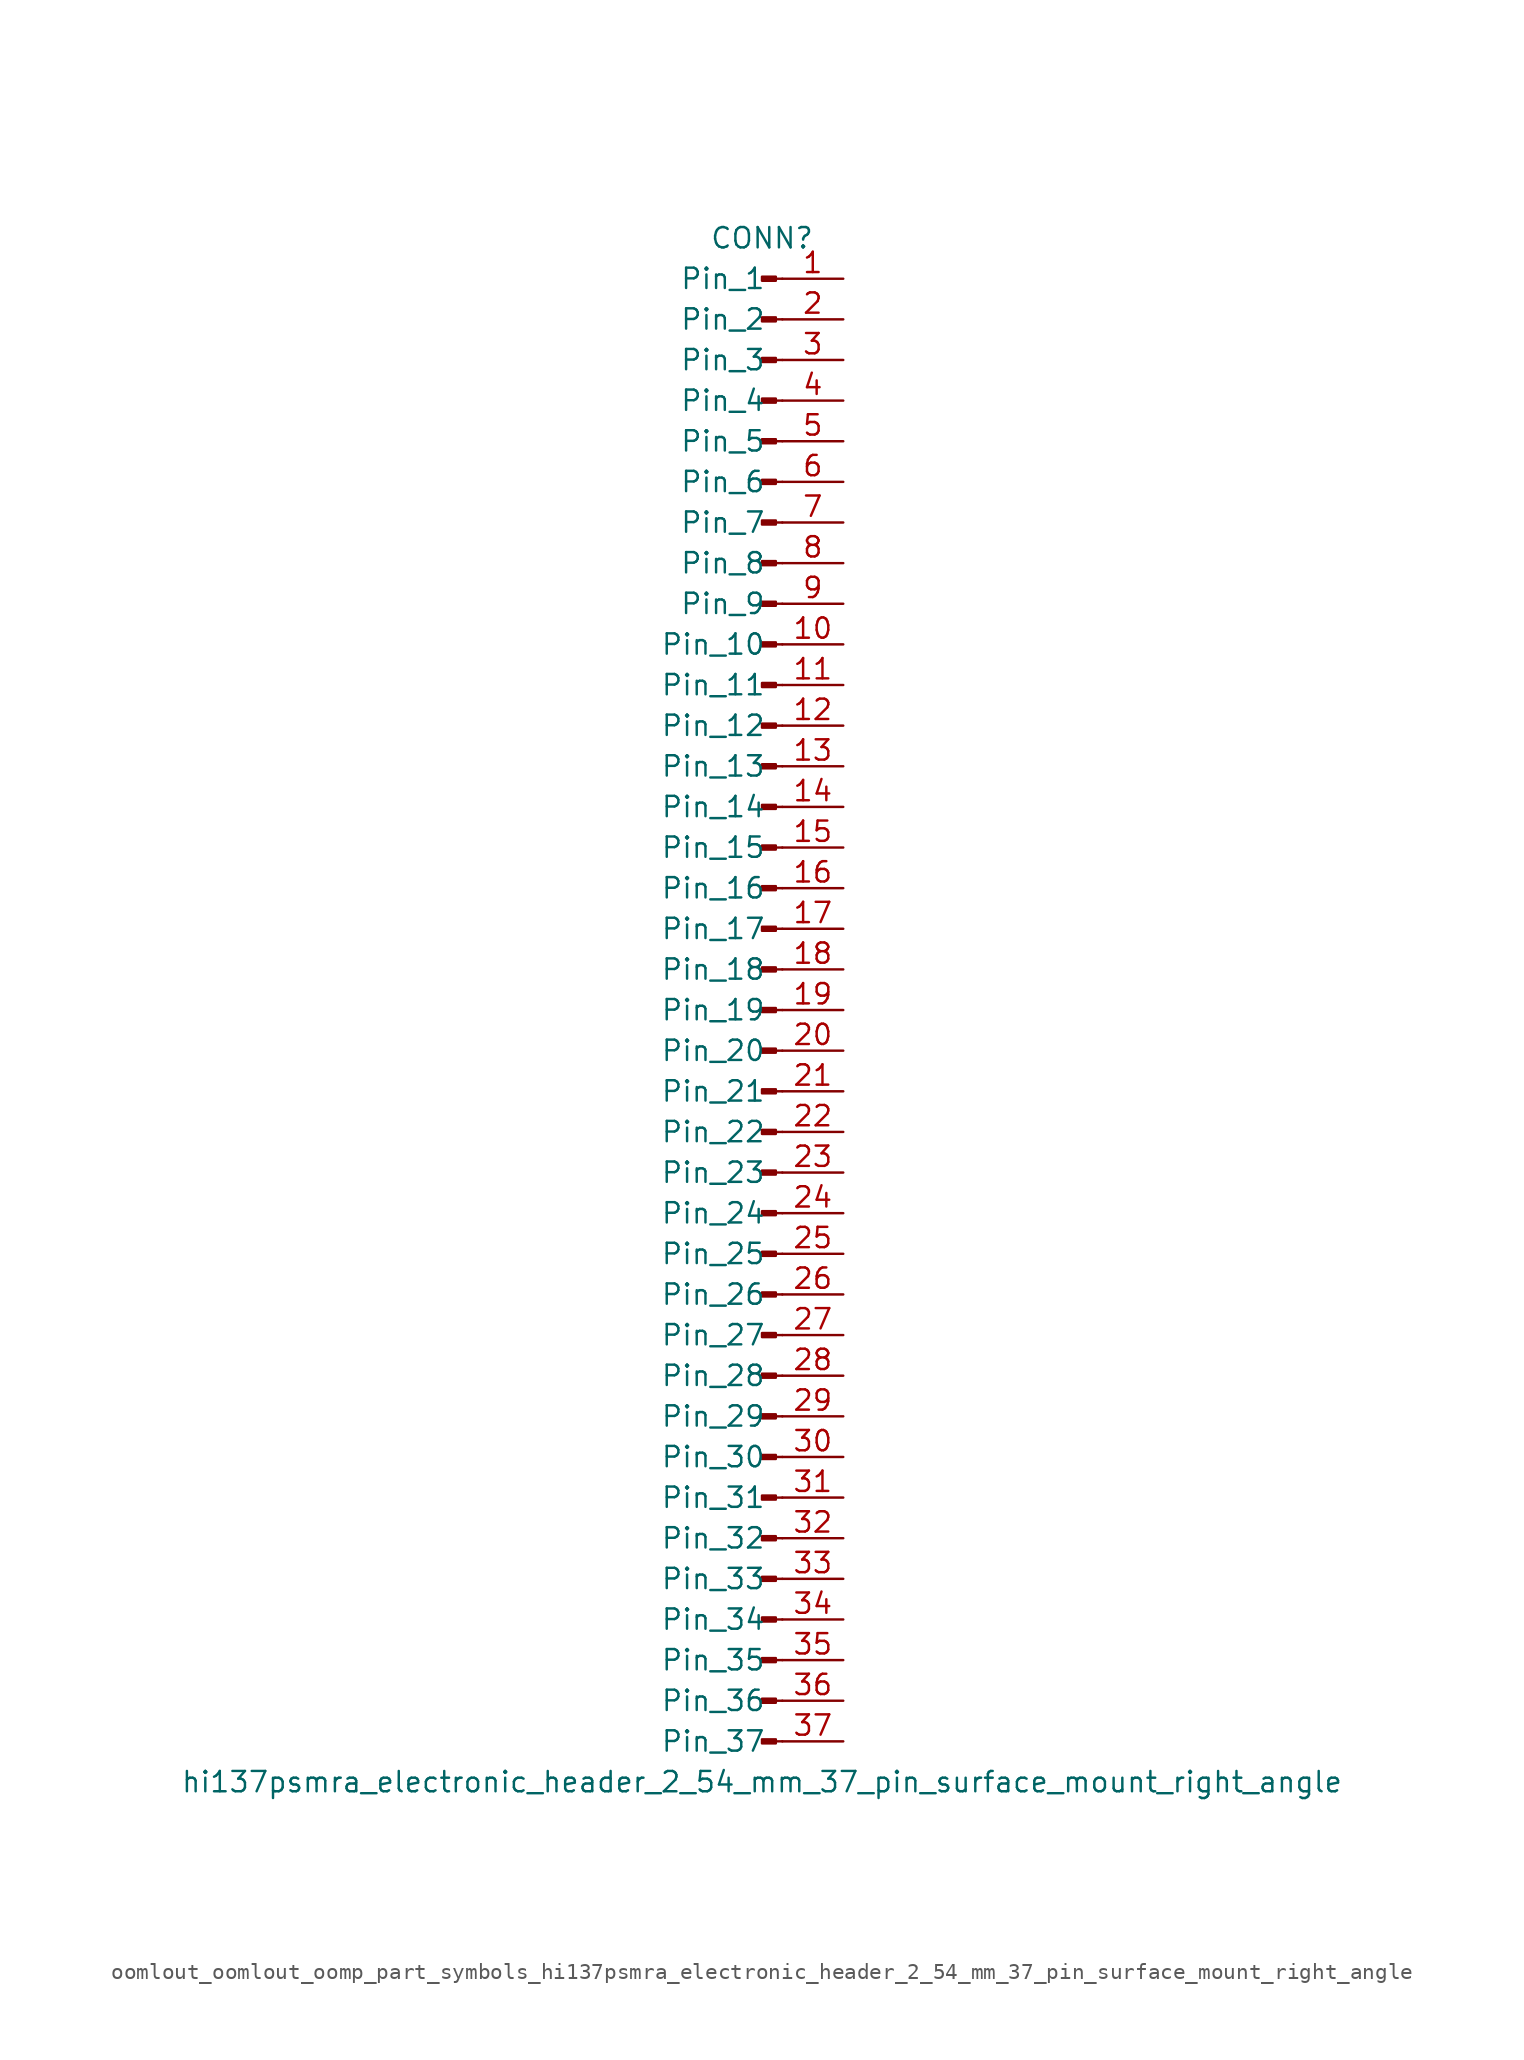
<source format=kicad_sym>
(kicad_symbol_lib
  (version 20220914)
  (generator kicad_symbol_editor)
  (symbol "oomlout_oomlout_oomp_part_symbols_hi137psmra_electronic_header_2_54_mm_37_pin_surface_mount_right_angle"
    (pin_names
      (offset 1.016))
    (property "Reference" "CONN"
      (at 0 48.26 0)
      (effects (font (size 1.27 1.27))))
    (property "Value" "hi137psmra_electronic_header_2_54_mm_37_pin_surface_mount_right_angle"
      (at 0 -48.26 0)
      (effects (font (size 1.27 1.27))))
    (property "ki_locked" ""
      (at 0 0 0)
      (effects (font (size 1.27 1.27))))
    (symbol "oomlout_oomlout_oomp_part_symbols_hi137psmra_electronic_header_2_54_mm_37_pin_surface_mount_right_angle_1_1"
      (polyline (pts (xy 1.27 -45.72) (xy 0.864 -45.72)) (stroke (width 0.152) (type default)) (fill (type none)))
      (polyline (pts (xy 1.27 -43.18) (xy 0.864 -43.18)) (stroke (width 0.152) (type default)) (fill (type none)))
      (polyline (pts (xy 1.27 -40.64) (xy 0.864 -40.64)) (stroke (width 0.152) (type default)) (fill (type none)))
      (polyline (pts (xy 1.27 -38.1) (xy 0.864 -38.1)) (stroke (width 0.152) (type default)) (fill (type none)))
      (polyline (pts (xy 1.27 -35.56) (xy 0.864 -35.56)) (stroke (width 0.152) (type default)) (fill (type none)))
      (polyline (pts (xy 1.27 -33.02) (xy 0.864 -33.02)) (stroke (width 0.152) (type default)) (fill (type none)))
      (polyline (pts (xy 1.27 -30.48) (xy 0.864 -30.48)) (stroke (width 0.152) (type default)) (fill (type none)))
      (polyline (pts (xy 1.27 -27.94) (xy 0.864 -27.94)) (stroke (width 0.152) (type default)) (fill (type none)))
      (polyline (pts (xy 1.27 -25.4) (xy 0.864 -25.4)) (stroke (width 0.152) (type default)) (fill (type none)))
      (polyline (pts (xy 1.27 -22.86) (xy 0.864 -22.86)) (stroke (width 0.152) (type default)) (fill (type none)))
      (polyline (pts (xy 1.27 -20.32) (xy 0.864 -20.32)) (stroke (width 0.152) (type default)) (fill (type none)))
      (polyline (pts (xy 1.27 -17.78) (xy 0.864 -17.78)) (stroke (width 0.152) (type default)) (fill (type none)))
      (polyline (pts (xy 1.27 -15.24) (xy 0.864 -15.24)) (stroke (width 0.152) (type default)) (fill (type none)))
      (polyline (pts (xy 1.27 -12.7) (xy 0.864 -12.7)) (stroke (width 0.152) (type default)) (fill (type none)))
      (polyline (pts (xy 1.27 -10.16) (xy 0.864 -10.16)) (stroke (width 0.152) (type default)) (fill (type none)))
      (polyline (pts (xy 1.27 -7.62) (xy 0.864 -7.62)) (stroke (width 0.152) (type default)) (fill (type none)))
      (polyline (pts (xy 1.27 -5.08) (xy 0.864 -5.08)) (stroke (width 0.152) (type default)) (fill (type none)))
      (polyline (pts (xy 1.27 -2.54) (xy 0.864 -2.54)) (stroke (width 0.152) (type default)) (fill (type none)))
      (polyline (pts (xy 1.27 0) (xy 0.864 0)) (stroke (width 0.152) (type default)) (fill (type none)))
      (polyline (pts (xy 1.27 2.54) (xy 0.864 2.54)) (stroke (width 0.152) (type default)) (fill (type none)))
      (polyline (pts (xy 1.27 5.08) (xy 0.864 5.08)) (stroke (width 0.152) (type default)) (fill (type none)))
      (polyline (pts (xy 1.27 7.62) (xy 0.864 7.62)) (stroke (width 0.152) (type default)) (fill (type none)))
      (polyline (pts (xy 1.27 10.16) (xy 0.864 10.16)) (stroke (width 0.152) (type default)) (fill (type none)))
      (polyline (pts (xy 1.27 12.7) (xy 0.864 12.7)) (stroke (width 0.152) (type default)) (fill (type none)))
      (polyline (pts (xy 1.27 15.24) (xy 0.864 15.24)) (stroke (width 0.152) (type default)) (fill (type none)))
      (polyline (pts (xy 1.27 17.78) (xy 0.864 17.78)) (stroke (width 0.152) (type default)) (fill (type none)))
      (polyline (pts (xy 1.27 20.32) (xy 0.864 20.32)) (stroke (width 0.152) (type default)) (fill (type none)))
      (polyline (pts (xy 1.27 22.86) (xy 0.864 22.86)) (stroke (width 0.152) (type default)) (fill (type none)))
      (polyline (pts (xy 1.27 25.4) (xy 0.864 25.4)) (stroke (width 0.152) (type default)) (fill (type none)))
      (polyline (pts (xy 1.27 27.94) (xy 0.864 27.94)) (stroke (width 0.152) (type default)) (fill (type none)))
      (polyline (pts (xy 1.27 30.48) (xy 0.864 30.48)) (stroke (width 0.152) (type default)) (fill (type none)))
      (polyline (pts (xy 1.27 33.02) (xy 0.864 33.02)) (stroke (width 0.152) (type default)) (fill (type none)))
      (polyline (pts (xy 1.27 35.56) (xy 0.864 35.56)) (stroke (width 0.152) (type default)) (fill (type none)))
      (polyline (pts (xy 1.27 38.1) (xy 0.864 38.1)) (stroke (width 0.152) (type default)) (fill (type none)))
      (polyline (pts (xy 1.27 40.64) (xy 0.864 40.64)) (stroke (width 0.152) (type default)) (fill (type none)))
      (polyline (pts (xy 1.27 43.18) (xy 0.864 43.18)) (stroke (width 0.152) (type default)) (fill (type none)))
      (polyline (pts (xy 1.27 45.72) (xy 0.864 45.72)) (stroke (width 0.152) (type default)) (fill (type none)))
      (rectangle (start 0.864 -45.593) (end 0 -45.847) (stroke (width 0.152) (type default)) (fill (type outline)))
      (rectangle (start 0.864 -43.053) (end 0 -43.307) (stroke (width 0.152) (type default)) (fill (type outline)))
      (rectangle (start 0.864 -40.513) (end 0 -40.767) (stroke (width 0.152) (type default)) (fill (type outline)))
      (rectangle (start 0.864 -37.973) (end 0 -38.227) (stroke (width 0.152) (type default)) (fill (type outline)))
      (rectangle (start 0.864 -35.433) (end 0 -35.687) (stroke (width 0.152) (type default)) (fill (type outline)))
      (rectangle (start 0.864 -32.893) (end 0 -33.147) (stroke (width 0.152) (type default)) (fill (type outline)))
      (rectangle (start 0.864 -30.353) (end 0 -30.607) (stroke (width 0.152) (type default)) (fill (type outline)))
      (rectangle (start 0.864 -27.813) (end 0 -28.067) (stroke (width 0.152) (type default)) (fill (type outline)))
      (rectangle (start 0.864 -25.273) (end 0 -25.527) (stroke (width 0.152) (type default)) (fill (type outline)))
      (rectangle (start 0.864 -22.733) (end 0 -22.987) (stroke (width 0.152) (type default)) (fill (type outline)))
      (rectangle (start 0.864 -20.193) (end 0 -20.447) (stroke (width 0.152) (type default)) (fill (type outline)))
      (rectangle (start 0.864 -17.653) (end 0 -17.907) (stroke (width 0.152) (type default)) (fill (type outline)))
      (rectangle (start 0.864 -15.113) (end 0 -15.367) (stroke (width 0.152) (type default)) (fill (type outline)))
      (rectangle (start 0.864 -12.573) (end 0 -12.827) (stroke (width 0.152) (type default)) (fill (type outline)))
      (rectangle (start 0.864 -10.033) (end 0 -10.287) (stroke (width 0.152) (type default)) (fill (type outline)))
      (rectangle (start 0.864 -7.493) (end 0 -7.747) (stroke (width 0.152) (type default)) (fill (type outline)))
      (rectangle (start 0.864 -4.953) (end 0 -5.207) (stroke (width 0.152) (type default)) (fill (type outline)))
      (rectangle (start 0.864 -2.413) (end 0 -2.667) (stroke (width 0.152) (type default)) (fill (type outline)))
      (rectangle (start 0.864 0.127) (end 0 -0.127) (stroke (width 0.152) (type default)) (fill (type outline)))
      (rectangle (start 0.864 2.667) (end 0 2.413) (stroke (width 0.152) (type default)) (fill (type outline)))
      (rectangle (start 0.864 5.207) (end 0 4.953) (stroke (width 0.152) (type default)) (fill (type outline)))
      (rectangle (start 0.864 7.747) (end 0 7.493) (stroke (width 0.152) (type default)) (fill (type outline)))
      (rectangle (start 0.864 10.287) (end 0 10.033) (stroke (width 0.152) (type default)) (fill (type outline)))
      (rectangle (start 0.864 12.827) (end 0 12.573) (stroke (width 0.152) (type default)) (fill (type outline)))
      (rectangle (start 0.864 15.367) (end 0 15.113) (stroke (width 0.152) (type default)) (fill (type outline)))
      (rectangle (start 0.864 17.907) (end 0 17.653) (stroke (width 0.152) (type default)) (fill (type outline)))
      (rectangle (start 0.864 20.447) (end 0 20.193) (stroke (width 0.152) (type default)) (fill (type outline)))
      (rectangle (start 0.864 22.987) (end 0 22.733) (stroke (width 0.152) (type default)) (fill (type outline)))
      (rectangle (start 0.864 25.527) (end 0 25.273) (stroke (width 0.152) (type default)) (fill (type outline)))
      (rectangle (start 0.864 28.067) (end 0 27.813) (stroke (width 0.152) (type default)) (fill (type outline)))
      (rectangle (start 0.864 30.607) (end 0 30.353) (stroke (width 0.152) (type default)) (fill (type outline)))
      (rectangle (start 0.864 33.147) (end 0 32.893) (stroke (width 0.152) (type default)) (fill (type outline)))
      (rectangle (start 0.864 35.687) (end 0 35.433) (stroke (width 0.152) (type default)) (fill (type outline)))
      (rectangle (start 0.864 38.227) (end 0 37.973) (stroke (width 0.152) (type default)) (fill (type outline)))
      (rectangle (start 0.864 40.767) (end 0 40.513) (stroke (width 0.152) (type default)) (fill (type outline)))
      (rectangle (start 0.864 43.307) (end 0 43.053) (stroke (width 0.152) (type default)) (fill (type outline)))
      (rectangle (start 0.864 45.847) (end 0 45.593) (stroke (width 0.152) (type default)) (fill (type outline)))
      (pin passive line (at 5.08 45.72 180) (length 3.81) (name "Pin_1" (effects (font (size 1.27 1.27)))) (number "1" (effects (font (size 1.27 1.27)))))
      (pin passive line (at 5.08 22.86 180) (length 3.81) (name "Pin_10" (effects (font (size 1.27 1.27)))) (number "10" (effects (font (size 1.27 1.27)))))
      (pin passive line (at 5.08 20.32 180) (length 3.81) (name "Pin_11" (effects (font (size 1.27 1.27)))) (number "11" (effects (font (size 1.27 1.27)))))
      (pin passive line (at 5.08 17.78 180) (length 3.81) (name "Pin_12" (effects (font (size 1.27 1.27)))) (number "12" (effects (font (size 1.27 1.27)))))
      (pin passive line (at 5.08 15.24 180) (length 3.81) (name "Pin_13" (effects (font (size 1.27 1.27)))) (number "13" (effects (font (size 1.27 1.27)))))
      (pin passive line (at 5.08 12.7 180) (length 3.81) (name "Pin_14" (effects (font (size 1.27 1.27)))) (number "14" (effects (font (size 1.27 1.27)))))
      (pin passive line (at 5.08 10.16 180) (length 3.81) (name "Pin_15" (effects (font (size 1.27 1.27)))) (number "15" (effects (font (size 1.27 1.27)))))
      (pin passive line (at 5.08 7.62 180) (length 3.81) (name "Pin_16" (effects (font (size 1.27 1.27)))) (number "16" (effects (font (size 1.27 1.27)))))
      (pin passive line (at 5.08 5.08 180) (length 3.81) (name "Pin_17" (effects (font (size 1.27 1.27)))) (number "17" (effects (font (size 1.27 1.27)))))
      (pin passive line (at 5.08 2.54 180) (length 3.81) (name "Pin_18" (effects (font (size 1.27 1.27)))) (number "18" (effects (font (size 1.27 1.27)))))
      (pin passive line (at 5.08 0 180) (length 3.81) (name "Pin_19" (effects (font (size 1.27 1.27)))) (number "19" (effects (font (size 1.27 1.27)))))
      (pin passive line (at 5.08 43.18 180) (length 3.81) (name "Pin_2" (effects (font (size 1.27 1.27)))) (number "2" (effects (font (size 1.27 1.27)))))
      (pin passive line (at 5.08 -2.54 180) (length 3.81) (name "Pin_20" (effects (font (size 1.27 1.27)))) (number "20" (effects (font (size 1.27 1.27)))))
      (pin passive line (at 5.08 -5.08 180) (length 3.81) (name "Pin_21" (effects (font (size 1.27 1.27)))) (number "21" (effects (font (size 1.27 1.27)))))
      (pin passive line (at 5.08 -7.62 180) (length 3.81) (name "Pin_22" (effects (font (size 1.27 1.27)))) (number "22" (effects (font (size 1.27 1.27)))))
      (pin passive line (at 5.08 -10.16 180) (length 3.81) (name "Pin_23" (effects (font (size 1.27 1.27)))) (number "23" (effects (font (size 1.27 1.27)))))
      (pin passive line (at 5.08 -12.7 180) (length 3.81) (name "Pin_24" (effects (font (size 1.27 1.27)))) (number "24" (effects (font (size 1.27 1.27)))))
      (pin passive line (at 5.08 -15.24 180) (length 3.81) (name "Pin_25" (effects (font (size 1.27 1.27)))) (number "25" (effects (font (size 1.27 1.27)))))
      (pin passive line (at 5.08 -17.78 180) (length 3.81) (name "Pin_26" (effects (font (size 1.27 1.27)))) (number "26" (effects (font (size 1.27 1.27)))))
      (pin passive line (at 5.08 -20.32 180) (length 3.81) (name "Pin_27" (effects (font (size 1.27 1.27)))) (number "27" (effects (font (size 1.27 1.27)))))
      (pin passive line (at 5.08 -22.86 180) (length 3.81) (name "Pin_28" (effects (font (size 1.27 1.27)))) (number "28" (effects (font (size 1.27 1.27)))))
      (pin passive line (at 5.08 -25.4 180) (length 3.81) (name "Pin_29" (effects (font (size 1.27 1.27)))) (number "29" (effects (font (size 1.27 1.27)))))
      (pin passive line (at 5.08 40.64 180) (length 3.81) (name "Pin_3" (effects (font (size 1.27 1.27)))) (number "3" (effects (font (size 1.27 1.27)))))
      (pin passive line (at 5.08 -27.94 180) (length 3.81) (name "Pin_30" (effects (font (size 1.27 1.27)))) (number "30" (effects (font (size 1.27 1.27)))))
      (pin passive line (at 5.08 -30.48 180) (length 3.81) (name "Pin_31" (effects (font (size 1.27 1.27)))) (number "31" (effects (font (size 1.27 1.27)))))
      (pin passive line (at 5.08 -33.02 180) (length 3.81) (name "Pin_32" (effects (font (size 1.27 1.27)))) (number "32" (effects (font (size 1.27 1.27)))))
      (pin passive line (at 5.08 -35.56 180) (length 3.81) (name "Pin_33" (effects (font (size 1.27 1.27)))) (number "33" (effects (font (size 1.27 1.27)))))
      (pin passive line (at 5.08 -38.1 180) (length 3.81) (name "Pin_34" (effects (font (size 1.27 1.27)))) (number "34" (effects (font (size 1.27 1.27)))))
      (pin passive line (at 5.08 -40.64 180) (length 3.81) (name "Pin_35" (effects (font (size 1.27 1.27)))) (number "35" (effects (font (size 1.27 1.27)))))
      (pin passive line (at 5.08 -43.18 180) (length 3.81) (name "Pin_36" (effects (font (size 1.27 1.27)))) (number "36" (effects (font (size 1.27 1.27)))))
      (pin passive line (at 5.08 -45.72 180) (length 3.81) (name "Pin_37" (effects (font (size 1.27 1.27)))) (number "37" (effects (font (size 1.27 1.27)))))
      (pin passive line (at 5.08 38.1 180) (length 3.81) (name "Pin_4" (effects (font (size 1.27 1.27)))) (number "4" (effects (font (size 1.27 1.27)))))
      (pin passive line (at 5.08 35.56 180) (length 3.81) (name "Pin_5" (effects (font (size 1.27 1.27)))) (number "5" (effects (font (size 1.27 1.27)))))
      (pin passive line (at 5.08 33.02 180) (length 3.81) (name "Pin_6" (effects (font (size 1.27 1.27)))) (number "6" (effects (font (size 1.27 1.27)))))
      (pin passive line (at 5.08 30.48 180) (length 3.81) (name "Pin_7" (effects (font (size 1.27 1.27)))) (number "7" (effects (font (size 1.27 1.27)))))
      (pin passive line (at 5.08 27.94 180) (length 3.81) (name "Pin_8" (effects (font (size 1.27 1.27)))) (number "8" (effects (font (size 1.27 1.27)))))
      (pin passive line (at 5.08 25.4 180) (length 3.81) (name "Pin_9" (effects (font (size 1.27 1.27)))) (number "9" (effects (font (size 1.27 1.27))))))))
</source>
